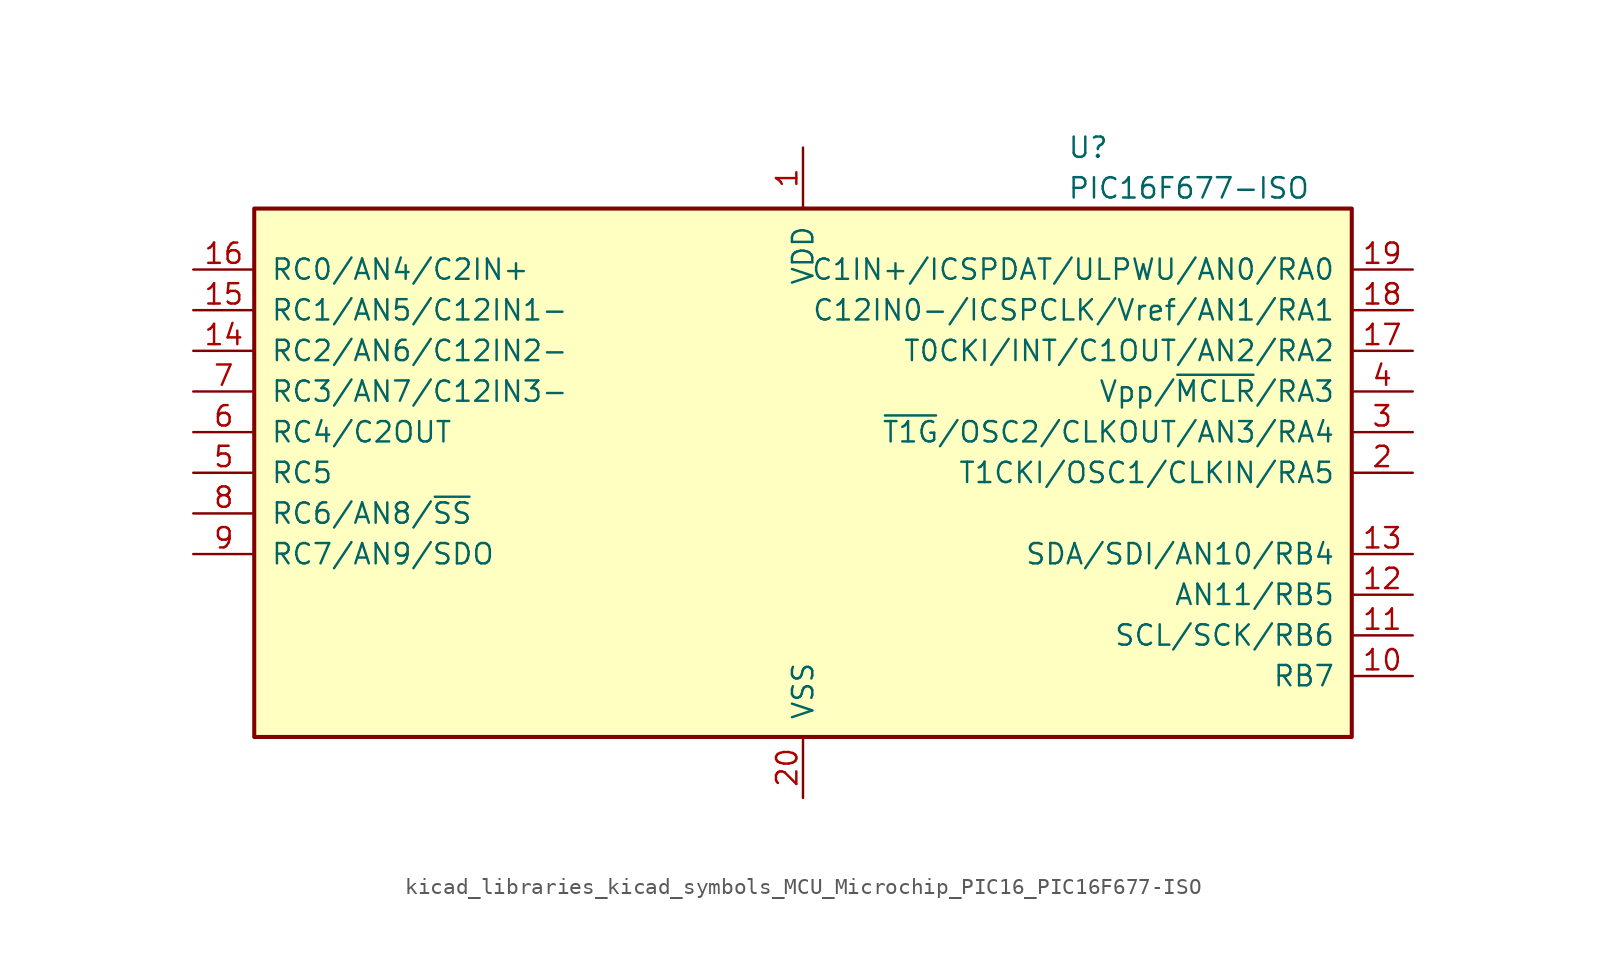
<source format=kicad_sym>
(kicad_symbol_lib
  (version 20220914)
  (generator kicad_symbol_editor)
  (symbol "kicad_libraries_kicad_symbols_MCU_Microchip_PIC16_PIC16F677-ISO"
    (pin_names
      (offset 1.016))
    (property "Reference" "U"
      (at 16.51 20.32 0)
      (effects (font (size 1.27 1.27)) (justify left)))
    (property "Value" "PIC16F677-ISO"
      (at 16.51 17.78 0)
      (effects (font (size 1.27 1.27)) (justify left)))
    (symbol "kicad_libraries_kicad_symbols_MCU_Microchip_PIC16_PIC16F677-ISO_0_1"
      (rectangle (start -34.29 16.51) (end 34.29 -16.51) (stroke (width 0.254) (type default)) (fill (type background))))
    (symbol "kicad_libraries_kicad_symbols_MCU_Microchip_PIC16_PIC16F677-ISO_1_1"
      (pin power_in line (at 0 20.32 270) (length 3.81) (name "VDD" (effects (font (size 1.27 1.27)))) (number "1" (effects (font (size 1.27 1.27)))))
      (pin bidirectional line (at 38.1 -12.7 180) (length 3.81) (name "RB7" (effects (font (size 1.27 1.27)))) (number "10" (effects (font (size 1.27 1.27)))))
      (pin bidirectional line (at 38.1 -10.16 180) (length 3.81) (name "SCL/SCK/RB6" (effects (font (size 1.27 1.27)))) (number "11" (effects (font (size 1.27 1.27)))))
      (pin bidirectional line (at 38.1 -7.62 180) (length 3.81) (name "AN11/RB5" (effects (font (size 1.27 1.27)))) (number "12" (effects (font (size 1.27 1.27)))))
      (pin bidirectional line (at 38.1 -5.08 180) (length 3.81) (name "SDA/SDI/AN10/RB4" (effects (font (size 1.27 1.27)))) (number "13" (effects (font (size 1.27 1.27)))))
      (pin bidirectional line (at -38.1 7.62 0) (length 3.81) (name "RC2/AN6/C12IN2-" (effects (font (size 1.27 1.27)))) (number "14" (effects (font (size 1.27 1.27)))))
      (pin bidirectional line (at -38.1 10.16 0) (length 3.81) (name "RC1/AN5/C12IN1-" (effects (font (size 1.27 1.27)))) (number "15" (effects (font (size 1.27 1.27)))))
      (pin bidirectional line (at -38.1 12.7 0) (length 3.81) (name "RC0/AN4/C2IN+" (effects (font (size 1.27 1.27)))) (number "16" (effects (font (size 1.27 1.27)))))
      (pin bidirectional line (at 38.1 7.62 180) (length 3.81) (name "T0CKI/INT/C1OUT/AN2/RA2" (effects (font (size 1.27 1.27)))) (number "17" (effects (font (size 1.27 1.27)))))
      (pin bidirectional line (at 38.1 10.16 180) (length 3.81) (name "C12IN0-/ICSPCLK/Vref/AN1/RA1" (effects (font (size 1.27 1.27)))) (number "18" (effects (font (size 1.27 1.27)))))
      (pin bidirectional line (at 38.1 12.7 180) (length 3.81) (name "C1IN+/ICSPDAT/ULPWU/AN0/RA0" (effects (font (size 1.27 1.27)))) (number "19" (effects (font (size 1.27 1.27)))))
      (pin bidirectional line (at 38.1 0 180) (length 3.81) (name "T1CKI/OSC1/CLKIN/RA5" (effects (font (size 1.27 1.27)))) (number "2" (effects (font (size 1.27 1.27)))))
      (pin power_in line (at 0 -20.32 90) (length 3.81) (name "VSS" (effects (font (size 1.27 1.27)))) (number "20" (effects (font (size 1.27 1.27)))))
      (pin bidirectional line (at 38.1 2.54 180) (length 3.81) (name "~{T1G}/OSC2/CLKOUT/AN3/RA4" (effects (font (size 1.27 1.27)))) (number "3" (effects (font (size 1.27 1.27)))))
      (pin input line (at 38.1 5.08 180) (length 3.81) (name "Vpp/~{MCLR}/RA3" (effects (font (size 1.27 1.27)))) (number "4" (effects (font (size 1.27 1.27)))))
      (pin bidirectional line (at -38.1 0 0) (length 3.81) (name "RC5" (effects (font (size 1.27 1.27)))) (number "5" (effects (font (size 1.27 1.27)))))
      (pin bidirectional line (at -38.1 2.54 0) (length 3.81) (name "RC4/C2OUT" (effects (font (size 1.27 1.27)))) (number "6" (effects (font (size 1.27 1.27)))))
      (pin bidirectional line (at -38.1 5.08 0) (length 3.81) (name "RC3/AN7/C12IN3-" (effects (font (size 1.27 1.27)))) (number "7" (effects (font (size 1.27 1.27)))))
      (pin bidirectional line (at -38.1 -2.54 0) (length 3.81) (name "RC6/AN8/~{SS}" (effects (font (size 1.27 1.27)))) (number "8" (effects (font (size 1.27 1.27)))))
      (pin bidirectional line (at -38.1 -5.08 0) (length 3.81) (name "RC7/AN9/SDO" (effects (font (size 1.27 1.27)))) (number "9" (effects (font (size 1.27 1.27))))))))
</source>
